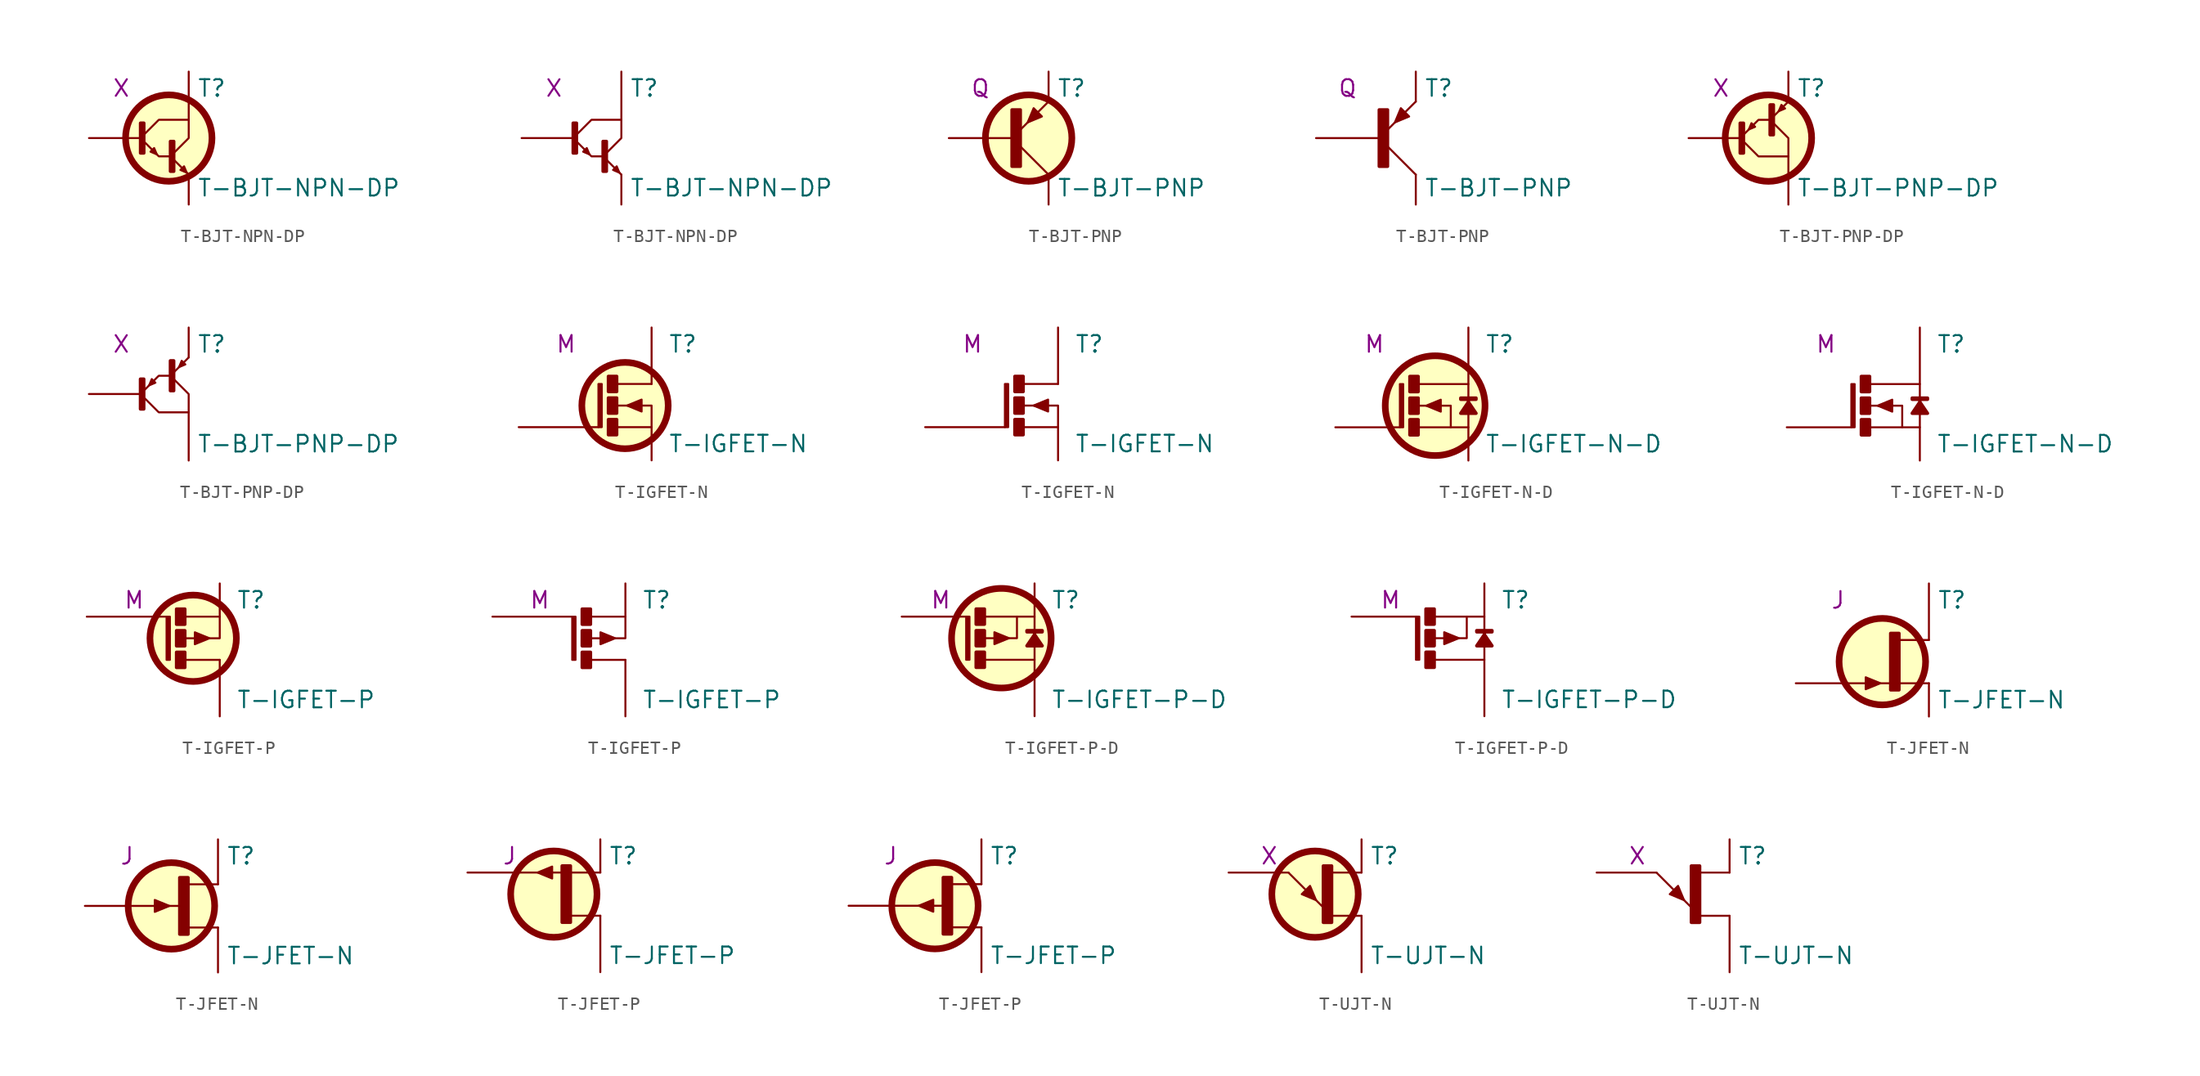
<source format=kicad_sym>
(kicad_symbol_lib
  (version 20220914)
  (generator kicad_symbol_editor)
  (symbol "T-BJT-NPN-DP"
    (pin_numbers hide)
    (pin_names
      (offset 0) hide)
    (property "Reference" "T"
      (at 3.175 3.81 0)
      (effects (font (size 1.27 1.27)) (justify left)))
    (property "Value" "T-BJT-NPN-DP"
      (at 3.175 -3.81 0)
      (effects (font (size 1.27 1.27)) (justify left)))
    (property "Spice_Model" "X"
      (at -1.905 3.81 0)
      (effects (font (size 1.27 1.27)) (justify right)))
    (symbol "T-BJT-NPN-DP_1_0"
      (polyline (pts (xy 2.54 -2.794) (xy 1.397 -1.651)) (stroke (width 0) (type default)) (fill (type none)))
      (polyline (pts (xy 1.143 -1.397) (xy 0.254 -1.397) (xy -0.889 -0.254)) (stroke (width 0) (type default)) (fill (type none)))
      (polyline (pts (xy 2.54 1.397) (xy 0.254 1.397) (xy -0.889 0.254)) (stroke (width 0) (type default)) (fill (type none)))
      (polyline (pts (xy 2.54 1.397) (xy 2.54 0) (xy 1.397 -1.143)) (stroke (width 0) (type default)) (fill (type none)))
      (polyline (pts (xy 0.102 -1.245) (xy -0.102 -0.762) (xy -0.381 -1.041) (xy 0.102 -1.245)) (stroke (width 0) (type default)) (fill (type outline)))
      (polyline (pts (xy 2.388 -2.642) (xy 2.184 -2.159) (xy 1.905 -2.438) (xy 2.388 -2.642)) (stroke (width 0) (type default)) (fill (type outline)))
      (rectangle (start 1.143 -0.254) (end 1.397 -2.54) (stroke (width 0.254) (type default)) (fill (type outline)))
      (pin passive line (at 2.54 5.08 270) (length 3.683) (name "C" (effects (font (size 1.27 1.27)))) (number "1" (effects (font (size 1.27 1.27)))))
      (pin passive line (at -5.08 0 0) (length 3.937) (name "B" (effects (font (size 1.27 1.27)))) (number "2" (effects (font (size 1.27 1.27)))))
      (pin passive line (at 2.54 -5.08 90) (length 2.286) (name "E" (effects (font (size 1.27 1.27)))) (number "3" (effects (font (size 1.27 1.27))))))
    (symbol "T-BJT-NPN-DP_1_1"
      (rectangle (start -1.143 1.143) (end -0.889 -1.143) (stroke (width 0.254) (type default)) (fill (type outline)))
      (circle (center 1.016 0) (radius 3.302) (stroke (width 0.508) (type default)) (fill (type background))))
    (symbol "T-BJT-NPN-DP_1_2"
      (rectangle (start -1.143 1.143) (end -0.889 -1.143) (stroke (width 0.254) (type default)) (fill (type outline)))))
  (symbol "T-BJT-PNP"
    (pin_numbers hide)
    (pin_names
      (offset 0) hide)
    (property "Reference" "T"
      (at 3.175 3.81 0)
      (effects (font (size 1.27 1.27)) (justify left)))
    (property "Value" "T-BJT-PNP"
      (at 3.175 -3.81 0)
      (effects (font (size 1.27 1.27)) (justify left)))
    (property "Spice_Model" "Q"
      (at -1.905 3.81 0)
      (effects (font (size 1.27 1.27)) (justify right)))
    (symbol "T-BJT-PNP_1_0"
      (polyline (pts (xy 2.54 -2.794) (xy 0.381 -0.635)) (stroke (width 0) (type default)) (fill (type none)))
      (polyline (pts (xy 2.54 2.794) (xy 0.381 0.635)) (stroke (width 0) (type default)) (fill (type none)))
      (polyline (pts (xy 0.94 1.194) (xy 2.032 1.651) (xy 1.397 2.286) (xy 0.94 1.194)) (stroke (width 0) (type default)) (fill (type outline)))
      (pin passive line (at 2.54 -5.08 90) (length 2.286) (name "C" (effects (font (size 1.27 1.27)))) (number "1" (effects (font (size 1.27 1.27)))))
      (pin passive line (at -5.08 0 0) (length 4.826) (name "B" (effects (font (size 1.27 1.27)))) (number "2" (effects (font (size 1.27 1.27)))))
      (pin passive line (at 2.54 5.08 270) (length 2.286) (name "E" (effects (font (size 1.27 1.27)))) (number "3" (effects (font (size 1.27 1.27))))))
    (symbol "T-BJT-PNP_1_1"
      (rectangle (start -0.254 2.159) (end 0.381 -2.159) (stroke (width 0.254) (type default)) (fill (type outline)))
      (circle (center 1.016 0) (radius 3.302) (stroke (width 0.508) (type default)) (fill (type background))))
    (symbol "T-BJT-PNP_1_2"
      (rectangle (start -0.254 2.159) (end 0.381 -2.159) (stroke (width 0.254) (type default)) (fill (type outline)))))
  (symbol "T-BJT-PNP-DP"
    (pin_numbers hide)
    (pin_names
      (offset 0) hide)
    (property "Reference" "T"
      (at 3.175 3.81 0)
      (effects (font (size 1.27 1.27)) (justify left)))
    (property "Value" "T-BJT-PNP-DP"
      (at 3.175 -3.81 0)
      (effects (font (size 1.27 1.27)) (justify left)))
    (property "Spice_Model" "X"
      (at -1.905 3.81 0)
      (effects (font (size 1.27 1.27)) (justify right)))
    (symbol "T-BJT-PNP-DP_1_0"
      (polyline (pts (xy 2.54 2.794) (xy 1.397 1.651)) (stroke (width 0) (type default)) (fill (type none)))
      (polyline (pts (xy 1.143 1.397) (xy 0.254 1.397) (xy -0.889 0.254)) (stroke (width 0) (type default)) (fill (type none)))
      (polyline (pts (xy 2.54 -1.397) (xy 0.254 -1.397) (xy -0.889 -0.254)) (stroke (width 0) (type default)) (fill (type none)))
      (polyline (pts (xy 2.54 -1.397) (xy 2.54 0) (xy 1.397 1.143)) (stroke (width 0) (type default)) (fill (type none)))
      (polyline (pts (xy -0.483 0.66) (xy -0.279 1.143) (xy 0 0.864) (xy -0.483 0.66)) (stroke (width 0) (type default)) (fill (type outline)))
      (polyline (pts (xy 1.803 2.057) (xy 2.007 2.54) (xy 2.286 2.261) (xy 1.803 2.057)) (stroke (width 0) (type default)) (fill (type outline)))
      (rectangle (start 1.143 2.54) (end 1.397 0.254) (stroke (width 0.254) (type default)) (fill (type outline)))
      (pin passive line (at 2.54 -5.08 90) (length 3.683) (name "C" (effects (font (size 1.27 1.27)))) (number "1" (effects (font (size 1.27 1.27)))))
      (pin passive line (at -5.08 0 0) (length 3.937) (name "B" (effects (font (size 1.27 1.27)))) (number "2" (effects (font (size 1.27 1.27)))))
      (pin passive line (at 2.54 5.08 270) (length 2.286) (name "E" (effects (font (size 1.27 1.27)))) (number "3" (effects (font (size 1.27 1.27))))))
    (symbol "T-BJT-PNP-DP_1_1"
      (rectangle (start -1.143 1.143) (end -0.889 -1.143) (stroke (width 0.254) (type default)) (fill (type outline)))
      (circle (center 1.016 0) (radius 3.302) (stroke (width 0.508) (type default)) (fill (type background))))
    (symbol "T-BJT-PNP-DP_1_2"
      (rectangle (start -1.143 1.143) (end -0.889 -1.143) (stroke (width 0.254) (type default)) (fill (type outline)))))
  (symbol "T-IGFET-N"
    (pin_numbers hide)
    (pin_names
      (offset 0) hide)
    (property "Reference" "T"
      (at 6.35 3.81 0)
      (effects (font (size 1.27 1.27)) (justify left)))
    (property "Value" "T-IGFET-N"
      (at 6.35 -3.81 0)
      (effects (font (size 1.27 1.27)) (justify left)))
    (property "Spice_Model" "M"
      (at -0.635 3.81 0)
      (effects (font (size 1.27 1.27)) (justify right)))
    (symbol "T-IGFET-N_1_0"
      (polyline (pts (xy 5.08 -2.54) (xy 2.413 -2.54)) (stroke (width 0) (type default)) (fill (type none)))
      (polyline (pts (xy 5.08 0.762) (xy 2.413 0.762)) (stroke (width 0) (type default)) (fill (type none)))
      (polyline (pts (xy 5.08 -2.54) (xy 5.08 -0.889) (xy 2.413 -0.889)) (stroke (width 0) (type default)) (fill (type none)))
      (polyline (pts (xy 3.2 -0.889) (xy 4.318 -0.432) (xy 4.318 -1.346) (xy 3.2 -0.889)) (stroke (width 0) (type default)) (fill (type outline)))
      (rectangle (start 1.778 -1.956) (end 2.413 -3.124) (stroke (width 0.254) (type default)) (fill (type outline)))
      (rectangle (start 1.778 -0.305) (end 2.413 -1.473) (stroke (width 0.254) (type default)) (fill (type outline)))
      (rectangle (start 1.778 1.346) (end 2.413 0.178) (stroke (width 0.254) (type default)) (fill (type outline)))
      (pin passive line (at 5.08 5.08 270) (length 4.318) (name "D" (effects (font (size 1.27 1.27)))) (number "1" (effects (font (size 1.27 1.27)))))
      (pin passive line (at -5.08 -2.54 0) (length 6.096) (name "G" (effects (font (size 1.27 1.27)))) (number "2" (effects (font (size 1.27 1.27)))))
      (pin passive line (at 5.08 -5.08 90) (length 2.54) (name "S" (effects (font (size 1.27 1.27)))) (number "3" (effects (font (size 1.27 1.27))))))
    (symbol "T-IGFET-N_1_1"
      (rectangle (start 1.016 0.762) (end 1.27 -2.54) (stroke (width 0) (type default)) (fill (type outline)))
      (circle (center 3.048 -0.889) (radius 3.302) (stroke (width 0.508) (type default)) (fill (type background))))
    (symbol "T-IGFET-N_1_2"
      (rectangle (start 1.016 0.762) (end 1.27 -2.54) (stroke (width 0) (type default)) (fill (type outline)))))
  (symbol "T-IGFET-N-D"
    (pin_numbers hide)
    (pin_names
      (offset 0) hide)
    (property "Reference" "T"
      (at 6.35 3.81 0)
      (effects (font (size 1.27 1.27)) (justify left)))
    (property "Value" "T-IGFET-N-D"
      (at 6.35 -3.81 0)
      (effects (font (size 1.27 1.27)) (justify left)))
    (property "Spice_Model" "M"
      (at -1.27 3.81 0)
      (effects (font (size 1.27 1.27)) (justify right)))
    (symbol "T-IGFET-N-D_1_0"
      (polyline (pts (xy 3.734 -2.54) (xy 3.734 -0.889) (xy 1.245 -0.889)) (stroke (width 0) (type default)) (fill (type none)))
      (polyline (pts (xy 1.245 0.762) (xy 5.08 0.762) (xy 5.08 -2.54) (xy 1.245 -2.54)) (stroke (width 0) (type default)) (fill (type none)))
      (polyline (pts (xy 1.854 -0.889) (xy 2.972 -0.432) (xy 2.972 -1.346) (xy 1.854 -0.889)) (stroke (width 0) (type default)) (fill (type outline)))
      (polyline (pts (xy 5.08 -0.406) (xy 5.08 -0.61) (xy 4.496 -1.473) (xy 5.664 -1.473) (xy 5.08 -0.61) (xy 5.08 -0.406) (xy 5.664 -0.406) (xy 5.664 -0.305) (xy 4.496 -0.305) (xy 4.496 -0.406) (xy 5.08 -0.406)) (stroke (width 0.254) (type default)) (fill (type outline)))
      (rectangle (start 0.61 -1.956) (end 1.245 -3.124) (stroke (width 0.254) (type default)) (fill (type outline)))
      (rectangle (start 0.61 -0.305) (end 1.245 -1.473) (stroke (width 0.254) (type default)) (fill (type outline)))
      (rectangle (start 0.61 1.346) (end 1.245 0.178) (stroke (width 0.254) (type default)) (fill (type outline)))
      (pin passive line (at 5.08 5.08 270) (length 4.318) (name "D" (effects (font (size 1.27 1.27)))) (number "1" (effects (font (size 1.27 1.27)))))
      (pin passive line (at -5.08 -2.54 0) (length 4.928) (name "G" (effects (font (size 1.27 1.27)))) (number "2" (effects (font (size 1.27 1.27)))))
      (pin passive line (at 5.08 -5.08 90) (length 2.54) (name "S" (effects (font (size 1.27 1.27)))) (number "3" (effects (font (size 1.27 1.27))))))
    (symbol "T-IGFET-N-D_1_1"
      (rectangle (start -0.152 0.762) (end 0.102 -2.54) (stroke (width 0) (type default)) (fill (type outline)))
      (circle (center 2.54 -0.889) (radius 3.81) (stroke (width 0.508) (type default)) (fill (type background))))
    (symbol "T-IGFET-N-D_1_2"
      (rectangle (start -0.152 0.762) (end 0.102 -2.54) (stroke (width 0) (type default)) (fill (type outline)))))
  (symbol "T-IGFET-P"
    (pin_numbers hide)
    (pin_names
      (offset 0) hide)
    (property "Reference" "T"
      (at 6.35 3.81 0)
      (effects (font (size 1.27 1.27)) (justify left)))
    (property "Value" "T-IGFET-P"
      (at 6.35 -3.81 0)
      (effects (font (size 1.27 1.27)) (justify left)))
    (property "Spice_Model" "M"
      (at -0.635 3.81 0)
      (effects (font (size 1.27 1.27)) (justify right)))
    (symbol "T-IGFET-P_1_0"
      (polyline (pts (xy 5.08 -0.762) (xy 2.413 -0.762)) (stroke (width 0) (type default)) (fill (type none)))
      (polyline (pts (xy 5.08 2.54) (xy 2.413 2.54)) (stroke (width 0) (type default)) (fill (type none)))
      (polyline (pts (xy 5.08 2.54) (xy 5.08 0.889) (xy 2.413 0.889)) (stroke (width 0) (type default)) (fill (type none)))
      (polyline (pts (xy 4.293 0.889) (xy 3.175 0.432) (xy 3.175 1.346) (xy 4.293 0.889)) (stroke (width 0) (type default)) (fill (type outline)))
      (rectangle (start 1.778 -0.178) (end 2.413 -1.346) (stroke (width 0.254) (type default)) (fill (type outline)))
      (rectangle (start 1.778 1.473) (end 2.413 0.305) (stroke (width 0.254) (type default)) (fill (type outline)))
      (rectangle (start 1.778 3.124) (end 2.413 1.956) (stroke (width 0.254) (type default)) (fill (type outline)))
      (pin passive line (at 5.08 -5.08 90) (length 4.318) (name "D" (effects (font (size 1.27 1.27)))) (number "1" (effects (font (size 1.27 1.27)))))
      (pin passive line (at -5.08 2.54 0) (length 6.096) (name "G" (effects (font (size 1.27 1.27)))) (number "2" (effects (font (size 1.27 1.27)))))
      (pin passive line (at 5.08 5.08 270) (length 2.54) (name "S" (effects (font (size 1.27 1.27)))) (number "3" (effects (font (size 1.27 1.27))))))
    (symbol "T-IGFET-P_1_1"
      (rectangle (start 1.016 2.54) (end 1.27 -0.762) (stroke (width 0) (type default)) (fill (type outline)))
      (circle (center 3.048 0.889) (radius 3.302) (stroke (width 0.508) (type default)) (fill (type background))))
    (symbol "T-IGFET-P_1_2"
      (rectangle (start 1.016 2.54) (end 1.27 -0.762) (stroke (width 0) (type default)) (fill (type outline)))))
  (symbol "T-IGFET-P-D"
    (pin_numbers hide)
    (pin_names
      (offset 0) hide)
    (property "Reference" "T"
      (at 6.35 3.81 0)
      (effects (font (size 1.27 1.27)) (justify left)))
    (property "Value" "T-IGFET-P-D"
      (at 6.35 -3.81 0)
      (effects (font (size 1.27 1.27)) (justify left)))
    (property "Spice_Model" "M"
      (at -1.27 3.81 0)
      (effects (font (size 1.27 1.27)) (justify right)))
    (symbol "T-IGFET-P-D_1_0"
      (polyline (pts (xy 3.734 2.54) (xy 3.734 0.889) (xy 1.245 0.889)) (stroke (width 0) (type default)) (fill (type none)))
      (polyline (pts (xy 1.245 -0.762) (xy 5.08 -0.762) (xy 5.08 2.54) (xy 1.245 2.54)) (stroke (width 0) (type default)) (fill (type none)))
      (polyline (pts (xy 3.124 0.889) (xy 2.007 0.432) (xy 2.007 1.346) (xy 3.124 0.889)) (stroke (width 0) (type default)) (fill (type outline)))
      (polyline (pts (xy 5.08 1.372) (xy 5.08 1.168) (xy 4.496 0.305) (xy 5.664 0.305) (xy 5.08 1.168) (xy 5.08 1.372) (xy 5.664 1.372) (xy 5.664 1.473) (xy 4.496 1.473) (xy 4.496 1.372) (xy 5.08 1.372)) (stroke (width 0.254) (type default)) (fill (type outline)))
      (rectangle (start 0.61 -0.178) (end 1.245 -1.346) (stroke (width 0.254) (type default)) (fill (type outline)))
      (rectangle (start 0.61 1.473) (end 1.245 0.305) (stroke (width 0.254) (type default)) (fill (type outline)))
      (rectangle (start 0.61 3.124) (end 1.245 1.956) (stroke (width 0.254) (type default)) (fill (type outline)))
      (pin passive line (at 5.08 -5.08 90) (length 4.318) (name "D" (effects (font (size 1.27 1.27)))) (number "1" (effects (font (size 1.27 1.27)))))
      (pin passive line (at -5.08 2.54 0) (length 4.928) (name "G" (effects (font (size 1.27 1.27)))) (number "2" (effects (font (size 1.27 1.27)))))
      (pin passive line (at 5.08 5.08 270) (length 2.54) (name "S" (effects (font (size 1.27 1.27)))) (number "3" (effects (font (size 1.27 1.27))))))
    (symbol "T-IGFET-P-D_1_1"
      (rectangle (start -0.152 2.54) (end 0.102 -0.762) (stroke (width 0) (type default)) (fill (type outline)))
      (circle (center 2.54 0.889) (radius 3.81) (stroke (width 0.508) (type default)) (fill (type background))))
    (symbol "T-IGFET-P-D_1_2"
      (rectangle (start -0.152 2.54) (end 0.102 -0.762) (stroke (width 0) (type default)) (fill (type outline)))))
  (symbol "T-JFET-N"
    (pin_numbers hide)
    (pin_names
      (offset 0) hide)
    (property "Reference" "T"
      (at 5.715 3.81 0)
      (effects (font (size 1.27 1.27)) (justify left)))
    (property "Value" "T-JFET-N"
      (at 5.715 -3.81 0)
      (effects (font (size 1.27 1.27)) (justify left)))
    (property "Spice_Model" "J"
      (at -1.27 3.81 0)
      (effects (font (size 1.27 1.27)) (justify right)))
    (symbol "T-JFET-N_1_1"
      (polyline (pts (xy 5.08 -2.54) (xy 2.794 -2.54)) (stroke (width 0) (type default)) (fill (type none)))
      (polyline (pts (xy 5.08 0.762) (xy 2.794 0.762)) (stroke (width 0) (type default)) (fill (type none)))
      (polyline (pts (xy 1.372 -2.54) (xy 0.254 -2.997) (xy 0.254 -2.083) (xy 1.372 -2.54)) (stroke (width 0) (type default)) (fill (type outline)))
      (circle (center 1.524 -0.889) (radius 3.302) (stroke (width 0.508) (type default)) (fill (type background)))
      (rectangle (start 2.159 -3.048) (end 2.794 1.27) (stroke (width 0.254) (type default)) (fill (type outline)))
      (pin passive line (at 5.08 5.08 270) (length 4.318) (name "D" (effects (font (size 1.27 1.27)))) (number "1" (effects (font (size 1.27 1.27)))))
      (pin passive line (at -5.08 -2.54 0) (length 7.239) (name "G" (effects (font (size 1.27 1.27)))) (number "2" (effects (font (size 1.27 1.27)))))
      (pin passive line (at 5.08 -5.08 90) (length 2.54) (name "S" (effects (font (size 1.27 1.27)))) (number "3" (effects (font (size 1.27 1.27))))))
    (symbol "T-JFET-N_1_2"
      (polyline (pts (xy 5.08 -1.651) (xy 2.794 -1.651)) (stroke (width 0) (type default)) (fill (type none)))
      (polyline (pts (xy 5.08 1.651) (xy 2.794 1.651)) (stroke (width 0) (type default)) (fill (type none)))
      (polyline (pts (xy 1.372 0) (xy 0.254 -0.457) (xy 0.254 0.457) (xy 1.372 0)) (stroke (width 0) (type default)) (fill (type outline)))
      (circle (center 1.524 0) (radius 3.302) (stroke (width 0.508) (type default)) (fill (type background)))
      (rectangle (start 2.159 -2.159) (end 2.794 2.159) (stroke (width 0.254) (type default)) (fill (type outline)))
      (pin passive line (at 5.08 5.08 270) (length 3.429) (name "D" (effects (font (size 1.27 1.27)))) (number "1" (effects (font (size 1.27 1.27)))))
      (pin passive line (at -5.08 0 0) (length 7.239) (name "G" (effects (font (size 1.27 1.27)))) (number "2" (effects (font (size 1.27 1.27)))))
      (pin passive line (at 5.08 -5.08 90) (length 3.429) (name "S" (effects (font (size 1.27 1.27)))) (number "3" (effects (font (size 1.27 1.27)))))))
  (symbol "T-JFET-P"
    (pin_numbers hide)
    (pin_names
      (offset 0) hide)
    (property "Reference" "T"
      (at 5.715 3.81 0)
      (effects (font (size 1.27 1.27)) (justify left)))
    (property "Value" "T-JFET-P"
      (at 5.715 -3.81 0)
      (effects (font (size 1.27 1.27)) (justify left)))
    (property "Spice_Model" "J"
      (at -1.27 3.81 0)
      (effects (font (size 1.27 1.27)) (justify right)))
    (symbol "T-JFET-P_1_1"
      (polyline (pts (xy 5.08 -0.762) (xy 2.794 -0.762)) (stroke (width 0) (type default)) (fill (type none)))
      (polyline (pts (xy 5.08 2.54) (xy 2.794 2.54)) (stroke (width 0) (type default)) (fill (type none)))
      (polyline (pts (xy 0.279 2.54) (xy 1.397 2.997) (xy 1.397 2.083) (xy 0.279 2.54)) (stroke (width 0) (type default)) (fill (type outline)))
      (circle (center 1.524 0.889) (radius 3.302) (stroke (width 0.508) (type default)) (fill (type background)))
      (rectangle (start 2.159 3.048) (end 2.794 -1.27) (stroke (width 0.254) (type default)) (fill (type outline)))
      (pin passive line (at 5.08 -5.08 90) (length 4.318) (name "D" (effects (font (size 1.27 1.27)))) (number "1" (effects (font (size 1.27 1.27)))))
      (pin passive line (at -5.08 2.54 0) (length 7.239) (name "G" (effects (font (size 1.27 1.27)))) (number "2" (effects (font (size 1.27 1.27)))))
      (pin passive line (at 5.08 5.08 270) (length 2.54) (name "S" (effects (font (size 1.27 1.27)))) (number "3" (effects (font (size 1.27 1.27))))))
    (symbol "T-JFET-P_1_2"
      (polyline (pts (xy 5.08 -1.651) (xy 2.794 -1.651)) (stroke (width 0) (type default)) (fill (type none)))
      (polyline (pts (xy 5.08 1.651) (xy 2.794 1.651)) (stroke (width 0) (type default)) (fill (type none)))
      (polyline (pts (xy 0.279 0) (xy 1.397 0.457) (xy 1.397 -0.457) (xy 0.279 0)) (stroke (width 0) (type default)) (fill (type outline)))
      (circle (center 1.524 0) (radius 3.302) (stroke (width 0.508) (type default)) (fill (type background)))
      (rectangle (start 2.159 -2.159) (end 2.794 2.159) (stroke (width 0.254) (type default)) (fill (type outline)))
      (pin passive line (at 5.08 -5.08 90) (length 3.429) (name "D" (effects (font (size 1.27 1.27)))) (number "1" (effects (font (size 1.27 1.27)))))
      (pin passive line (at -5.08 0 0) (length 7.239) (name "G" (effects (font (size 1.27 1.27)))) (number "2" (effects (font (size 1.27 1.27)))))
      (pin passive line (at 5.08 5.08 270) (length 3.429) (name "S" (effects (font (size 1.27 1.27)))) (number "3" (effects (font (size 1.27 1.27)))))))
  (symbol "T-UJT-N"
    (pin_numbers hide)
    (pin_names
      (offset 0) hide)
    (property "Reference" "T"
      (at 5.715 3.81 0)
      (effects (font (size 1.27 1.27)) (justify left)))
    (property "Value" "T-UJT-N"
      (at 5.715 -3.81 0)
      (effects (font (size 1.27 1.27)) (justify left)))
    (property "Spice_Model" "X"
      (at -1.27 3.81 0)
      (effects (font (size 1.27 1.27)) (justify right)))
    (symbol "T-UJT-N_1_0"
      (polyline (pts (xy -0.508 2.54) (xy 2.159 -0.127)) (stroke (width 0) (type default)) (fill (type none)))
      (polyline (pts (xy 5.08 -0.762) (xy 2.794 -0.762)) (stroke (width 0) (type default)) (fill (type none)))
      (polyline (pts (xy 5.08 2.54) (xy 2.794 2.54)) (stroke (width 0) (type default)) (fill (type none)))
      (polyline (pts (xy 1.6 0.432) (xy 1.143 1.524) (xy 0.508 0.889) (xy 1.6 0.432)) (stroke (width 0) (type default)) (fill (type outline)))
      (pin passive line (at -5.08 2.54 0) (length 4.572) (name "E" (effects (font (size 1.27 1.27)))) (number "1" (effects (font (size 1.27 1.27)))))
      (pin passive line (at 5.08 -5.08 90) (length 4.318) (name "B1" (effects (font (size 1.27 1.27)))) (number "2" (effects (font (size 1.27 1.27)))))
      (pin passive line (at 5.08 5.08 270) (length 2.54) (name "B2" (effects (font (size 1.27 1.27)))) (number "3" (effects (font (size 1.27 1.27))))))
    (symbol "T-UJT-N_1_1"
      (circle (center 1.524 0.889) (radius 3.302) (stroke (width 0.508) (type default)) (fill (type background)))
      (rectangle (start 2.159 3.048) (end 2.794 -1.27) (stroke (width 0.254) (type default)) (fill (type outline))))
    (symbol "T-UJT-N_1_2"
      (rectangle (start 2.159 3.048) (end 2.794 -1.27) (stroke (width 0.254) (type default)) (fill (type outline))))))
</source>
